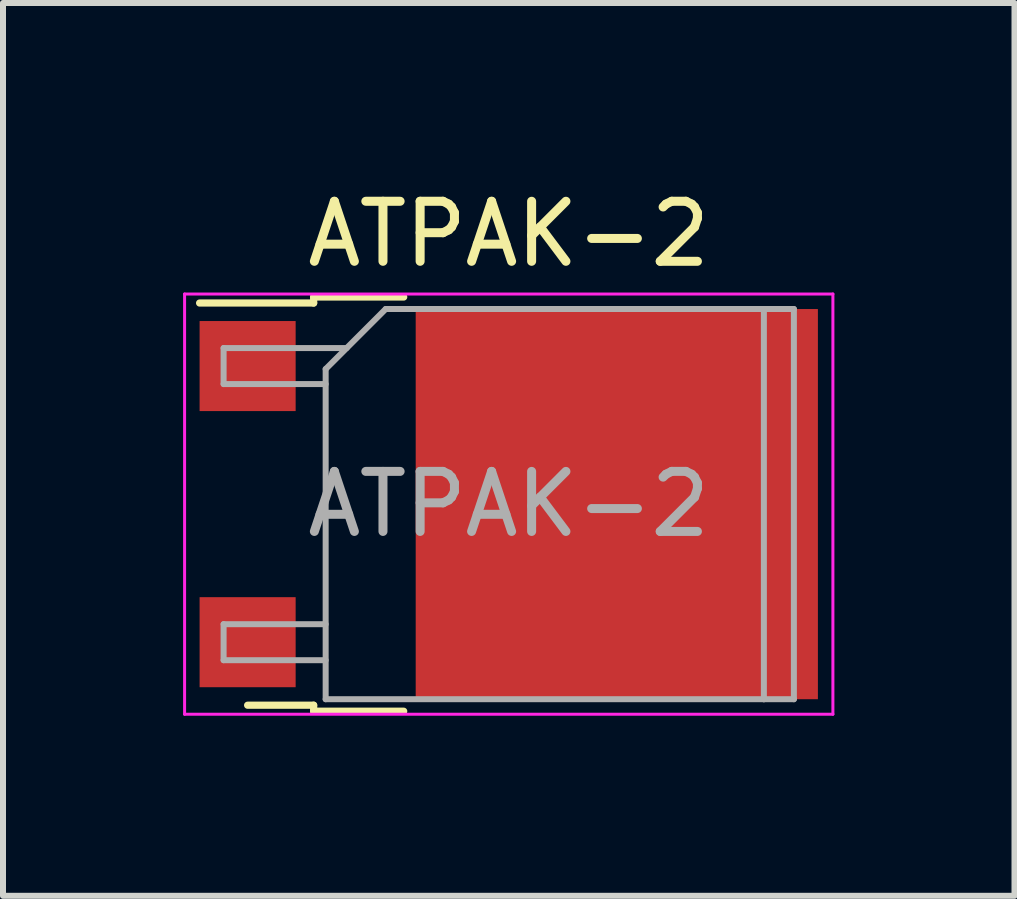
<source format=kicad_pcb>
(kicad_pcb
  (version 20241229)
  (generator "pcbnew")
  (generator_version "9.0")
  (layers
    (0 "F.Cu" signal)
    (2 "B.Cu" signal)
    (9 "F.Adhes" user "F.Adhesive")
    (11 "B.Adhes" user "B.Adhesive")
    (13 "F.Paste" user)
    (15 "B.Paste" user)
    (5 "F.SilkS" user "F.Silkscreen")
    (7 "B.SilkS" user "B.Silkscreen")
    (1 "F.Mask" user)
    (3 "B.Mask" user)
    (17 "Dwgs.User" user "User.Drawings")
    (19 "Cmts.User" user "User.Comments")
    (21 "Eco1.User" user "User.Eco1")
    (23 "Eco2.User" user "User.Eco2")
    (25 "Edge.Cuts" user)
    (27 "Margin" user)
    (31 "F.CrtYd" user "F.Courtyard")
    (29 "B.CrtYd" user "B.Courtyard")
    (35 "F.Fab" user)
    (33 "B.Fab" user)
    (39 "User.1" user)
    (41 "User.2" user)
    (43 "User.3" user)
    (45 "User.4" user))
  (footprint "ATPAK-2"
    (layer "F.Cu")
    (at 5.425 5.348)
    (property "Reference" "ATPAK-2" (at 0 -4.5 0) (layer "F.SilkS") (effects (font (size 1 1) (thickness 0.15))))
    (attr smd)
    (fp_line (start -3.25 -3.45) (end -3.25 -3.35) (stroke (width 0.12) (type solid)) (layer "F.SilkS"))
    (fp_line (start -3.25 -3.35) (end -5.15 -3.35) (stroke (width 0.12) (type solid)) (layer "F.SilkS"))
    (fp_line (start -3.25 3.35) (end -4.35 3.35) (stroke (width 0.12) (type solid)) (layer "F.SilkS"))
    (fp_line (start -3.25 3.45) (end -3.25 3.35) (stroke (width 0.12) (type solid)) (layer "F.SilkS"))
    (fp_line (start -1.75 -3.45) (end -3.25 -3.45) (stroke (width 0.12) (type solid)) (layer "F.SilkS"))
    (fp_line (start -1.75 3.45) (end -3.25 3.45) (stroke (width 0.12) (type solid)) (layer "F.SilkS"))
    (fp_line (start -5.4 -3.5) (end -5.4 3.5) (stroke (width 0.05) (type solid)) (layer "F.CrtYd"))
    (fp_line (start -5.4 3.5) (end 5.4 3.5) (stroke (width 0.05) (type solid)) (layer "F.CrtYd"))
    (fp_line (start 5.4 -3.5) (end -5.4 -3.5) (stroke (width 0.05) (type solid)) (layer "F.CrtYd"))
    (fp_line (start 5.4 3.5) (end 5.4 -3.5) (stroke (width 0.05) (type solid)) (layer "F.CrtYd"))
    (fp_line (start -4.75 -2.6) (end -4.75 -2) (stroke (width 0.1) (type solid)) (layer "F.Fab"))
    (fp_line (start -4.75 -2) (end -3.05 -2) (stroke (width 0.1) (type solid)) (layer "F.Fab"))
    (fp_line (start -4.75 2) (end -4.75 2.6) (stroke (width 0.1) (type solid)) (layer "F.Fab"))
    (fp_line (start -4.75 2.6) (end -3.05 2.6) (stroke (width 0.1) (type solid)) (layer "F.Fab"))
    (fp_line (start -3.05 -2.25) (end -2.05 -3.25) (stroke (width 0.1) (type solid)) (layer "F.Fab"))
    (fp_line (start -3.05 2) (end -4.75 2) (stroke (width 0.1) (type solid)) (layer "F.Fab"))
    (fp_line (start -3.05 3.25) (end -3.05 -2.25) (stroke (width 0.1) (type solid)) (layer "F.Fab"))
    (fp_line (start -2.7 -2.6) (end -4.75 -2.6) (stroke (width 0.1) (type solid)) (layer "F.Fab"))
    (fp_line (start -2.05 -3.25) (end 4.25 -3.25) (stroke (width 0.1) (type solid)) (layer "F.Fab"))
    (fp_line (start 4.25 -3.25) (end 4.25 3.25) (stroke (width 0.1) (type solid)) (layer "F.Fab"))
    (fp_line (start 4.25 -3.25) (end 4.75 -3.25) (stroke (width 0.1) (type solid)) (layer "F.Fab"))
    (fp_line (start 4.25 3.25) (end -3.05 3.25) (stroke (width 0.1) (type solid)) (layer "F.Fab"))
    (fp_line (start 4.75 -3.25) (end 4.75 3.25) (stroke (width 0.1) (type solid)) (layer "F.Fab"))
    (fp_line (start 4.75 3.25) (end 4.25 3.25) (stroke (width 0.1) (type solid)) (layer "F.Fab"))
    (fp_text user "${REFERENCE}" (at 0 0 0) (layer "F.Fab") (effects (font (size 1 1) (thickness 0.15))))
    (pad "" smd rect (at 0.05 -1.7) (size 3.2 3.1) (layers "F.Paste"))
    (pad "" smd rect (at 0.05 1.7) (size 3.2 3.1) (layers "F.Paste"))
    (pad "" smd rect (at 3.55 -1.7) (size 3.2 3.1) (layers "F.Paste"))
    (pad "" smd rect (at 3.55 1.7) (size 3.2 3.1) (layers "F.Paste"))
    (pad "1" smd rect (at -4.35 -2.3) (size 1.6 1.5) (layers "F.Cu" "F.Mask" "F.Paste"))
    (pad "2" smd rect (at 1.8 0) (size 6.7 6.5) (layers "F.Cu" "F.Mask"))
    (pad "3" smd rect (at -4.35 2.3) (size 1.6 1.5) (layers "F.Cu" "F.Mask" "F.Paste")))
  (gr_rect
    (start -3 -3)
    (end 13.85 11.873)
    (stroke (width 0.1) (type default))
    (fill no)
    (layer "Edge.Cuts")))
</source>
